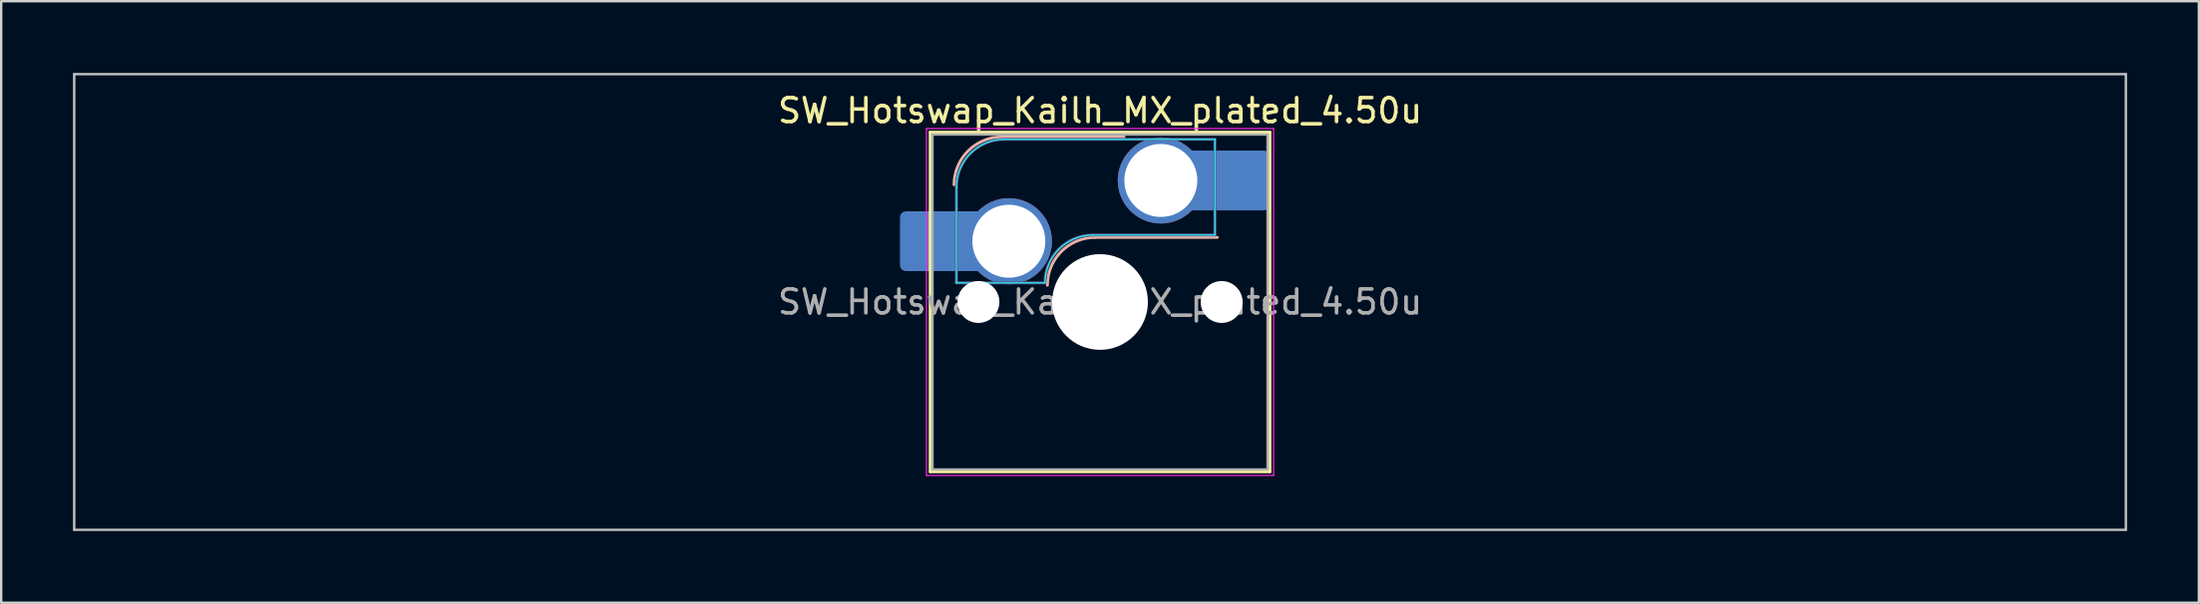
<source format=kicad_pcb>
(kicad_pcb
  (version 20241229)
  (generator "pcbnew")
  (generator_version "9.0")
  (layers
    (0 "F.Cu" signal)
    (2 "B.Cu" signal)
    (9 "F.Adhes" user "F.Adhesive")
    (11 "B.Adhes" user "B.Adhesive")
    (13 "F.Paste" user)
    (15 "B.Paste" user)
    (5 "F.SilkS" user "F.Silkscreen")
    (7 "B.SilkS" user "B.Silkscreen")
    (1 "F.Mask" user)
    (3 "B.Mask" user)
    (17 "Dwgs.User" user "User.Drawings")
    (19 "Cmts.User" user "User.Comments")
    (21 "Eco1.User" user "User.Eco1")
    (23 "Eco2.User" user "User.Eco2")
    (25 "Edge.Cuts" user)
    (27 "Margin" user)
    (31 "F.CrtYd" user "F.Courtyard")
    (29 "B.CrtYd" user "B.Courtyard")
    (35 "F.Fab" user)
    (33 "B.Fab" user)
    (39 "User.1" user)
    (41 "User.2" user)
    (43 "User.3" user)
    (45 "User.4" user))
  (footprint "SW_Hotswap_Kailh_MX_plated_4.50u"
    (layer "F.Cu")
    (at 42.913 9.575)
    (property "Reference" "SW_Hotswap_Kailh_MX_plated_4.50u" (at 0 -8 0) (layer "F.SilkS") (effects (font (size 1 1) (thickness 0.15))))
    (attr smd)
    (fp_line (start -7.1 -7.1) (end -7.1 7.1) (stroke (width 0.12) (type solid)) (layer "F.SilkS"))
    (fp_line (start -7.1 7.1) (end 7.1 7.1) (stroke (width 0.12) (type solid)) (layer "F.SilkS"))
    (fp_line (start 7.1 -7.1) (end -7.1 -7.1) (stroke (width 0.12) (type solid)) (layer "F.SilkS"))
    (fp_line (start 7.1 7.1) (end 7.1 -7.1) (stroke (width 0.12) (type solid)) (layer "F.SilkS"))
    (fp_line (start -4.1 -6.9) (end 1 -6.9) (stroke (width 0.12) (type solid)) (layer "B.SilkS"))
    (fp_line (start -0.2 -2.7) (end 4.9 -2.7) (stroke (width 0.12) (type solid)) (layer "B.SilkS"))
    (fp_arc (start -6.1 -4.9) (mid -5.514214 -6.314214) (end -4.1 -6.9) (stroke (width 0.12) (type solid)) (layer "B.SilkS"))
    (fp_arc (start -2.2 -0.7) (mid -1.614214 -2.114214) (end -0.2 -2.7) (stroke (width 0.12) (type solid)) (layer "B.SilkS"))
    (fp_line (start -42.862 -9.525) (end -42.862 9.525) (stroke (width 0.1) (type solid)) (layer "Dwgs.User"))
    (fp_line (start -42.862 9.525) (end 42.862 9.525) (stroke (width 0.1) (type solid)) (layer "Dwgs.User"))
    (fp_line (start 42.862 -9.525) (end -42.862 -9.525) (stroke (width 0.1) (type solid)) (layer "Dwgs.User"))
    (fp_line (start 42.862 9.525) (end 42.862 -9.525) (stroke (width 0.1) (type solid)) (layer "Dwgs.User"))
    (fp_line (start -7.8 -6) (end -7 -6) (stroke (width 0.1) (type solid)) (layer "Eco1.User"))
    (fp_line (start -7.8 -2.9) (end -7.8 -6) (stroke (width 0.1) (type solid)) (layer "Eco1.User"))
    (fp_line (start -7.8 2.9) (end -7 2.9) (stroke (width 0.1) (type solid)) (layer "Eco1.User"))
    (fp_line (start -7.8 6) (end -7.8 2.9) (stroke (width 0.1) (type solid)) (layer "Eco1.User"))
    (fp_line (start -7 -7) (end 7 -7) (stroke (width 0.1) (type solid)) (layer "Eco1.User"))
    (fp_line (start -7 -6) (end -7 -7) (stroke (width 0.1) (type solid)) (layer "Eco1.User"))
    (fp_line (start -7 -2.9) (end -7.8 -2.9) (stroke (width 0.1) (type solid)) (layer "Eco1.User"))
    (fp_line (start -7 2.9) (end -7 -2.9) (stroke (width 0.1) (type solid)) (layer "Eco1.User"))
    (fp_line (start -7 6) (end -7.8 6) (stroke (width 0.1) (type solid)) (layer "Eco1.User"))
    (fp_line (start -7 7) (end -7 6) (stroke (width 0.1) (type solid)) (layer "Eco1.User"))
    (fp_line (start 7 -7) (end 7 -6) (stroke (width 0.1) (type solid)) (layer "Eco1.User"))
    (fp_line (start 7 -6) (end 7.8 -6) (stroke (width 0.1) (type solid)) (layer "Eco1.User"))
    (fp_line (start 7 -2.9) (end 7 2.9) (stroke (width 0.1) (type solid)) (layer "Eco1.User"))
    (fp_line (start 7 2.9) (end 7.8 2.9) (stroke (width 0.1) (type solid)) (layer "Eco1.User"))
    (fp_line (start 7 6) (end 7 7) (stroke (width 0.1) (type solid)) (layer "Eco1.User"))
    (fp_line (start 7 7) (end -7 7) (stroke (width 0.1) (type solid)) (layer "Eco1.User"))
    (fp_line (start 7.8 -6) (end 7.8 -2.9) (stroke (width 0.1) (type solid)) (layer "Eco1.User"))
    (fp_line (start 7.8 -2.9) (end 7 -2.9) (stroke (width 0.1) (type solid)) (layer "Eco1.User"))
    (fp_line (start 7.8 2.9) (end 7.8 6) (stroke (width 0.1) (type solid)) (layer "Eco1.User"))
    (fp_line (start 7.8 6) (end 7 6) (stroke (width 0.1) (type solid)) (layer "Eco1.User"))
    (fp_line (start -6 -0.8) (end -6 -4.8) (stroke (width 0.05) (type solid)) (layer "B.CrtYd"))
    (fp_line (start -6 -0.8) (end -2.3 -0.8) (stroke (width 0.05) (type solid)) (layer "B.CrtYd"))
    (fp_line (start -4 -6.8) (end 4.8 -6.8) (stroke (width 0.05) (type solid)) (layer "B.CrtYd"))
    (fp_line (start -0.3 -2.8) (end 4.8 -2.8) (stroke (width 0.05) (type solid)) (layer "B.CrtYd"))
    (fp_line (start 4.8 -6.8) (end 4.8 -2.8) (stroke (width 0.05) (type solid)) (layer "B.CrtYd"))
    (fp_arc (start -6 -4.8) (mid -5.414214 -6.214214) (end -4 -6.8) (stroke (width 0.05) (type solid)) (layer "B.CrtYd"))
    (fp_arc (start -2.3 -0.8) (mid -1.714214 -2.214214) (end -0.3 -2.8) (stroke (width 0.05) (type solid)) (layer "B.CrtYd"))
    (fp_line (start -7.25 -7.25) (end -7.25 7.25) (stroke (width 0.05) (type solid)) (layer "F.CrtYd"))
    (fp_line (start -7.25 7.25) (end 7.25 7.25) (stroke (width 0.05) (type solid)) (layer "F.CrtYd"))
    (fp_line (start 7.25 -7.25) (end -7.25 -7.25) (stroke (width 0.05) (type solid)) (layer "F.CrtYd"))
    (fp_line (start 7.25 7.25) (end 7.25 -7.25) (stroke (width 0.05) (type solid)) (layer "F.CrtYd"))
    (fp_line (start -6 -0.8) (end -6 -4.8) (stroke (width 0.12) (type solid)) (layer "B.Fab"))
    (fp_line (start -6 -0.8) (end -2.3 -0.8) (stroke (width 0.12) (type solid)) (layer "B.Fab"))
    (fp_line (start -4 -6.8) (end 4.8 -6.8) (stroke (width 0.12) (type solid)) (layer "B.Fab"))
    (fp_line (start -0.3 -2.8) (end 4.8 -2.8) (stroke (width 0.12) (type solid)) (layer "B.Fab"))
    (fp_line (start 4.8 -6.8) (end 4.8 -2.8) (stroke (width 0.12) (type solid)) (layer "B.Fab"))
    (fp_arc (start -6 -4.8) (mid -5.414214 -6.214214) (end -4 -6.8) (stroke (width 0.12) (type solid)) (layer "B.Fab"))
    (fp_arc (start -2.3 -0.8) (mid -1.714214 -2.214214) (end -0.3 -2.8) (stroke (width 0.12) (type solid)) (layer "B.Fab"))
    (fp_line (start -7 -7) (end -7 7) (stroke (width 0.1) (type solid)) (layer "F.Fab"))
    (fp_line (start -7 7) (end 7 7) (stroke (width 0.1) (type solid)) (layer "F.Fab"))
    (fp_line (start 7 -7) (end -7 -7) (stroke (width 0.1) (type solid)) (layer "F.Fab"))
    (fp_line (start 7 7) (end 7 -7) (stroke (width 0.1) (type solid)) (layer "F.Fab"))
    (fp_text user "${REFERENCE}" (at 0 0 0) (layer "F.Fab") (effects (font (size 1 1) (thickness 0.15))))
    (pad "" smd roundrect (at -7.085 -2.54) (size 2.55 2.5) (layers "B.Mask" "B.Paste") (roundrect_rratio 0.1))
    (pad "" np_thru_hole circle (at -5.08 0) (size 1.75 1.75) (drill 1.75) (layers "*.Cu" "*.Mask"))
    (pad "" np_thru_hole circle (at 0 0) (size 4 4) (drill 4) (layers "*.Cu" "*.Mask"))
    (pad "" np_thru_hole circle (at 5.08 0) (size 1.75 1.75) (drill 1.75) (layers "*.Cu" "*.Mask"))
    (pad "" smd roundrect (at 5.842 -5.08) (size 2.55 2.5) (layers "B.Mask" "B.Paste") (roundrect_rratio 0.1))
    (pad "1" smd roundrect (at -6.585 -2.54) (size 3.55 2.5) (layers "B.Cu") (roundrect_rratio 0.1))
    (pad "1" thru_hole circle (at -3.81 -2.54) (size 3.6 3.6) (drill 3.05) (layers "*.Cu" "B.Mask"))
    (pad "2" thru_hole circle (at 2.54 -5.08) (size 3.6 3.6) (drill 3.05) (layers "*.Cu" "B.Mask"))
    (pad "2" smd roundrect (at 5.32 -5.08) (size 3.55 2.5) (layers "B.Cu") (roundrect_rratio 0.1)))
  (gr_rect
    (start -3 -3)
    (end 88.825 22.15)
    (stroke (width 0.1) (type default))
    (fill no)
    (layer "Edge.Cuts")))
</source>
